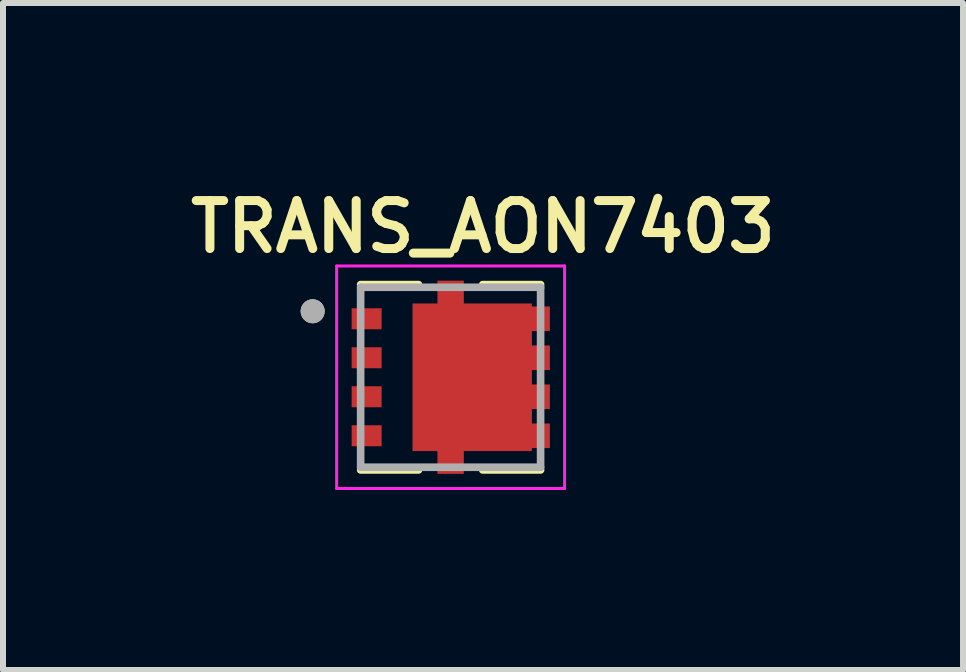
<source format=kicad_pcb>
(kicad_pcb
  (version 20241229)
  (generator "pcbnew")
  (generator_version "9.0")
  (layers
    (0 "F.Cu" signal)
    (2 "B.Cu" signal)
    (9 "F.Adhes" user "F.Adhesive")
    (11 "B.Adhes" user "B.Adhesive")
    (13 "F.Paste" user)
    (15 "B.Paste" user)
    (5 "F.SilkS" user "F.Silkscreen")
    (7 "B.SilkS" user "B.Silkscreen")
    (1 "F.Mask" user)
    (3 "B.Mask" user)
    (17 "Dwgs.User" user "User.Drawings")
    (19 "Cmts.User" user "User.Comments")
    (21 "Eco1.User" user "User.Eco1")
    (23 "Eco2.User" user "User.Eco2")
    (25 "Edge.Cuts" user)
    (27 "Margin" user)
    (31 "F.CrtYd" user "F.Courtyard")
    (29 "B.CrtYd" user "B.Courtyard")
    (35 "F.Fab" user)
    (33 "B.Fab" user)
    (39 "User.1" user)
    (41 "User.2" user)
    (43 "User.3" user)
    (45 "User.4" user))
  (footprint "TRANS_AON7403"
    (layer "F.Cu")
    (at 4.462 3.239)
    (property "Reference" "TRANS_AON7403" (at 0.54 -2.508 0) (layer "F.SilkS") (effects (font (size 0.8 0.8) (thickness 0.15))))
    (attr through_hole)
    (fp_poly (pts (xy -0.73 1.325) (xy -0.73 -1.325) (xy -0.315 -1.325) (xy -0.315 -1.705) (xy 0.315 -1.705) (xy 0.315 -1.325) (xy 1.45 -1.325) (xy 1.45 -1.275) (xy 1.75 -1.275) (xy 1.75 1.275) (xy 1.45 1.275) (xy 1.45 1.325) (xy 0.315 1.325) (xy 0.315 1.705) (xy -0.315 1.705) (xy -0.315 1.325)) (stroke (width 0.01) (type solid)) (fill yes) (layer "F.Mask"))
    (fp_line (start -0.535 -1.545) (end -1.5 -1.545) (stroke (width 0.127) (type solid)) (layer "F.SilkS"))
    (fp_line (start -0.535 1.545) (end -1.5 1.545) (stroke (width 0.127) (type solid)) (layer "F.SilkS"))
    (fp_line (start 0.535 -1.545) (end 1.5 -1.545) (stroke (width 0.127) (type solid)) (layer "F.SilkS"))
    (fp_line (start 0.535 1.545) (end 1.5 1.545) (stroke (width 0.127) (type solid)) (layer "F.SilkS"))
    (fp_circle (center -2.3 -1.1) (end -2.2 -1.1) (stroke (width 0.2) (type solid)) (fill no) (layer "F.SilkS"))
    (fp_poly (pts (xy -0.265 -0.775) (xy 0.985 -0.775) (xy 0.985 0.775) (xy -0.265 0.775)) (stroke (width 0.01) (type solid)) (fill yes) (layer "F.Paste"))
    (fp_poly (pts (xy -0.215 -1.605) (xy 0.215 -1.605) (xy 0.215 -1.23) (xy -0.215 -1.23)) (stroke (width 0.01) (type solid)) (fill yes) (layer "F.Paste"))
    (fp_poly (pts (xy -0.215 1.23) (xy 0.215 1.23) (xy 0.215 1.605) (xy -0.215 1.605)) (stroke (width 0.01) (type solid)) (fill yes) (layer "F.Paste"))
    (fp_poly (pts (xy 1.355 -1.175) (xy 1.65 -1.175) (xy 1.65 -0.775) (xy 1.355 -0.775)) (stroke (width 0.01) (type solid)) (fill yes) (layer "F.Paste"))
    (fp_poly (pts (xy 1.355 -0.525) (xy 1.65 -0.525) (xy 1.65 -0.125) (xy 1.355 -0.125)) (stroke (width 0.01) (type solid)) (fill yes) (layer "F.Paste"))
    (fp_poly (pts (xy 1.355 0.125) (xy 1.65 0.125) (xy 1.65 0.525) (xy 1.355 0.525)) (stroke (width 0.01) (type solid)) (fill yes) (layer "F.Paste"))
    (fp_poly (pts (xy 1.355 0.775) (xy 1.65 0.775) (xy 1.65 1.175) (xy 1.355 1.175)) (stroke (width 0.01) (type solid)) (fill yes) (layer "F.Paste"))
    (fp_line (start -1.9 -1.855) (end 1.9 -1.855) (stroke (width 0.05) (type solid)) (layer "F.CrtYd"))
    (fp_line (start -1.9 1.855) (end -1.9 -1.855) (stroke (width 0.05) (type solid)) (layer "F.CrtYd"))
    (fp_line (start 1.9 -1.855) (end 1.9 1.855) (stroke (width 0.05) (type solid)) (layer "F.CrtYd"))
    (fp_line (start 1.9 1.855) (end -1.9 1.855) (stroke (width 0.05) (type solid)) (layer "F.CrtYd"))
    (fp_line (start -1.5 -1.5) (end -1.5 1.5) (stroke (width 0.127) (type solid)) (layer "F.Fab"))
    (fp_line (start -1.5 1.5) (end 1.5 1.5) (stroke (width 0.127) (type solid)) (layer "F.Fab"))
    (fp_line (start 1.5 -1.5) (end -1.5 -1.5) (stroke (width 0.127) (type solid)) (layer "F.Fab"))
    (fp_line (start 1.5 1.5) (end 1.5 -1.5) (stroke (width 0.127) (type solid)) (layer "F.Fab"))
    (fp_circle (center -2.3 -1.1) (end -2.2 -1.1) (stroke (width 0.2) (type solid)) (fill no) (layer "F.Fab"))
    (pad "1" smd rect (at -1.4 -0.975) (size 0.5 0.35) (layers "F.Cu" "F.Mask" "F.Paste"))
    (pad "2" smd rect (at -1.4 -0.325) (size 0.5 0.35) (layers "F.Cu" "F.Mask" "F.Paste"))
    (pad "3" smd rect (at -1.4 0.325) (size 0.5 0.35) (layers "F.Cu" "F.Mask" "F.Paste"))
    (pad "4" smd rect (at -1.4 0.975) (size 0.5 0.35) (layers "F.Cu" "F.Mask" "F.Paste"))
    (pad "5" smd custom (at 0 0) (size 0.5 0.5) (layers "F.Cu") (options (anchor rect)) (primitives (gr_poly (pts (xy -0.63 1.225) (xy -0.63 -1.225) (xy -0.215 -1.225) (xy -0.215 -1.605) (xy 0.215 -1.605) (xy 0.215 -1.225) (xy 1.35 -1.225) (xy 1.35 -1.175) (xy 1.65 -1.175) (xy 1.65 -0.775) (xy 1.35 -0.775) (xy 1.35 -0.525) (xy 1.65 -0.525) (xy 1.65 -0.125) (xy 1.35 -0.125) (xy 1.35 0.125) (xy 1.65 0.125) (xy 1.65 0.525) (xy 1.35 0.525) (xy 1.35 0.775) (xy 1.65 0.775) (xy 1.65 1.175) (xy 1.35 1.175) (xy 1.35 1.225) (xy 0.215 1.225) (xy 0.215 1.605) (xy -0.215 1.605) (xy -0.215 1.225)) (width 0.01) (fill yes)))))
  (gr_rect
    (start -3 -3)
    (end 13.004 8.119)
    (stroke (width 0.1) (type default))
    (fill no)
    (layer "Edge.Cuts")))
</source>
